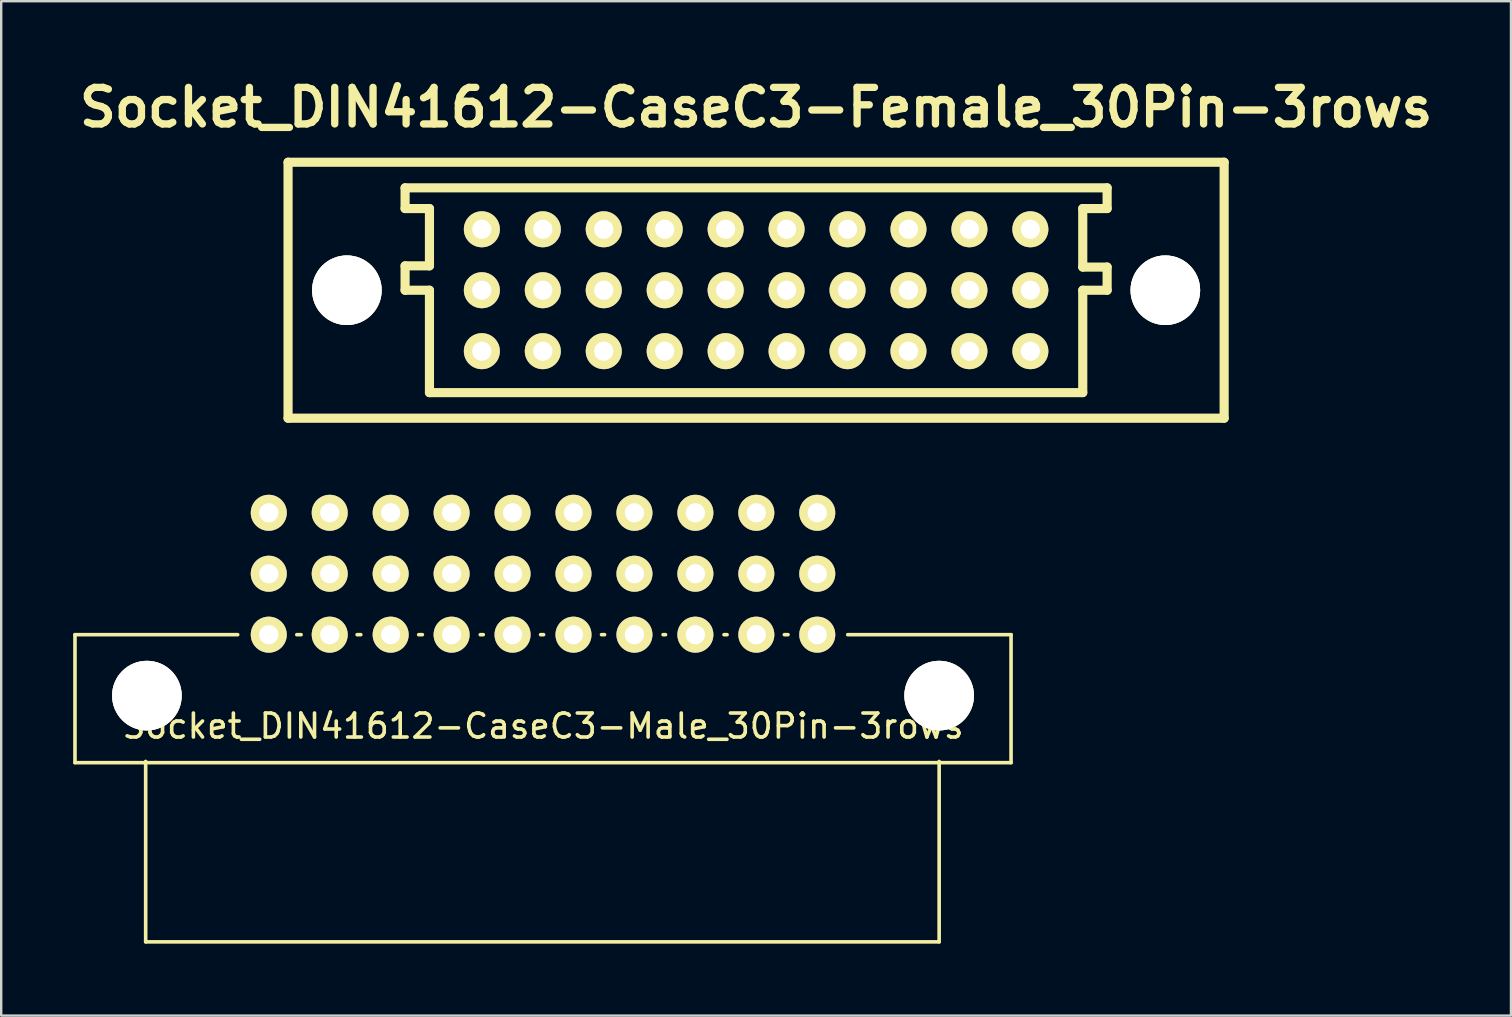
<source format=kicad_pcb>
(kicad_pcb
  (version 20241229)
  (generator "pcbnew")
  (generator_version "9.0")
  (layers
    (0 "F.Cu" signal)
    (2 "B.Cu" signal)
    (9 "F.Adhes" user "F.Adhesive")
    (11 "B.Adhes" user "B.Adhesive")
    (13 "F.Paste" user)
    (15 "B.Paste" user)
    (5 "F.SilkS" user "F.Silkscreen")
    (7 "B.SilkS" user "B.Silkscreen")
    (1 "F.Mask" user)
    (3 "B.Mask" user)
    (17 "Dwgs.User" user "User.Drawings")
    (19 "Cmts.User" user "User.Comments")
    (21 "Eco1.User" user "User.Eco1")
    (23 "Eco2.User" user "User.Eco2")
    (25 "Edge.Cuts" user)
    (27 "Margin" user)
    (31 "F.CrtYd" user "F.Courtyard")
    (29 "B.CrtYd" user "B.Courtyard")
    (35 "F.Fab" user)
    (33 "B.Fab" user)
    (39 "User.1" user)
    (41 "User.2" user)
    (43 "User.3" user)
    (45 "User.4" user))
  (footprint "Socket_DIN41612-CaseC3-Female_30Pin-3rows"
    (layer "F.Cu")
    (at 28.463 9.046)
    (property "Reference" "Socket_DIN41612-CaseC3-Female_30Pin-3rows" (at 0 -7.62 0) (layer "F.SilkS") (effects (font (size 1.524 1.524) (thickness 0.305))))
    (attr through_hole)
    (fp_line (start -19.507 -5.334) (end -19.507 5.334) (stroke (width 0.381) (type solid)) (layer "F.SilkS"))
    (fp_line (start -19.507 5.334) (end 19.507 5.334) (stroke (width 0.381) (type solid)) (layer "F.SilkS"))
    (fp_line (start -14.63 -3.404) (end -14.63 -4.267) (stroke (width 0.381) (type solid)) (layer "F.SilkS"))
    (fp_line (start -14.63 -1.016) (end -13.614 -1.016) (stroke (width 0.381) (type solid)) (layer "F.SilkS"))
    (fp_line (start -14.63 0) (end -14.63 -1.016) (stroke (width 0.381) (type solid)) (layer "F.SilkS"))
    (fp_line (start -13.614 -3.404) (end -14.63 -3.404) (stroke (width 0.381) (type solid)) (layer "F.SilkS"))
    (fp_line (start -13.614 -1.016) (end -13.614 -3.404) (stroke (width 0.381) (type solid)) (layer "F.SilkS"))
    (fp_line (start -13.614 0) (end -14.63 0) (stroke (width 0.381) (type solid)) (layer "F.SilkS"))
    (fp_line (start -13.614 4.267) (end -13.614 0) (stroke (width 0.381) (type solid)) (layer "F.SilkS"))
    (fp_line (start -13.614 4.267) (end 13.614 4.267) (stroke (width 0.381) (type solid)) (layer "F.SilkS"))
    (fp_line (start 13.614 -3.404) (end 14.63 -3.404) (stroke (width 0.381) (type solid)) (layer "F.SilkS"))
    (fp_line (start 13.614 -0.965) (end 13.614 -3.404) (stroke (width 0.381) (type solid)) (layer "F.SilkS"))
    (fp_line (start 13.614 0) (end 14.63 0) (stroke (width 0.381) (type solid)) (layer "F.SilkS"))
    (fp_line (start 13.614 4.267) (end 13.614 0) (stroke (width 0.381) (type solid)) (layer "F.SilkS"))
    (fp_line (start 14.63 -4.267) (end -14.63 -4.267) (stroke (width 0.381) (type solid)) (layer "F.SilkS"))
    (fp_line (start 14.63 -3.404) (end 14.63 -4.267) (stroke (width 0.381) (type solid)) (layer "F.SilkS"))
    (fp_line (start 14.63 -0.965) (end 13.614 -0.965) (stroke (width 0.381) (type solid)) (layer "F.SilkS"))
    (fp_line (start 14.63 0) (end 14.63 -0.965) (stroke (width 0.381) (type solid)) (layer "F.SilkS"))
    (fp_line (start 19.507 -5.334) (end -19.507 -5.334) (stroke (width 0.381) (type solid)) (layer "F.SilkS"))
    (fp_line (start 19.507 5.334) (end 19.507 -5.334) (stroke (width 0.381) (type solid)) (layer "F.SilkS"))
    (pad "1" thru_hole circle (at -17.056 0) (size 2.901 2.901) (drill 2.901) (layers "*.Cu" "*.Mask" "F.SilkS"))
    (pad "1" thru_hole circle (at 17.056 0) (size 2.901 2.901) (drill 2.901) (layers "*.Cu" "*.Mask" "F.SilkS"))
    (pad "1a" thru_hole circle (at 11.43 -2.54 180) (size 1.501 1.501) (drill 0.8) (layers "*.Cu" "*.Mask" "F.SilkS"))
    (pad "1b" thru_hole circle (at 11.43 0 180) (size 1.501 1.501) (drill 0.8) (layers "*.Cu" "*.Mask" "F.SilkS"))
    (pad "1c" thru_hole circle (at 11.43 2.54 180) (size 1.501 1.501) (drill 0.8) (layers "*.Cu" "*.Mask" "F.SilkS"))
    (pad "2a" thru_hole circle (at 8.89 -2.54 180) (size 1.501 1.501) (drill 0.8) (layers "*.Cu" "*.Mask" "F.SilkS"))
    (pad "2b" thru_hole circle (at 8.89 0 180) (size 1.501 1.501) (drill 0.8) (layers "*.Cu" "*.Mask" "F.SilkS"))
    (pad "2c" thru_hole circle (at 8.89 2.54 180) (size 1.501 1.501) (drill 0.8) (layers "*.Cu" "*.Mask" "F.SilkS"))
    (pad "3a" thru_hole circle (at 6.35 -2.54 180) (size 1.501 1.501) (drill 0.8) (layers "*.Cu" "*.Mask" "F.SilkS"))
    (pad "3b" thru_hole circle (at 6.35 0 180) (size 1.501 1.501) (drill 0.8) (layers "*.Cu" "*.Mask" "F.SilkS"))
    (pad "3c" thru_hole circle (at 6.35 2.54 180) (size 1.501 1.501) (drill 0.8) (layers "*.Cu" "*.Mask" "F.SilkS"))
    (pad "4a" thru_hole circle (at 3.81 -2.54 180) (size 1.501 1.501) (drill 0.8) (layers "*.Cu" "*.Mask" "F.SilkS"))
    (pad "4b" thru_hole circle (at 3.81 0 180) (size 1.501 1.501) (drill 0.8) (layers "*.Cu" "*.Mask" "F.SilkS"))
    (pad "4c" thru_hole circle (at 3.81 2.54 180) (size 1.501 1.501) (drill 0.8) (layers "*.Cu" "*.Mask" "F.SilkS"))
    (pad "5a" thru_hole circle (at 1.27 -2.54 180) (size 1.501 1.501) (drill 0.8) (layers "*.Cu" "*.Mask" "F.SilkS"))
    (pad "5b" thru_hole circle (at 1.27 0 180) (size 1.501 1.501) (drill 0.8) (layers "*.Cu" "*.Mask" "F.SilkS"))
    (pad "5c" thru_hole circle (at 1.27 2.54 180) (size 1.501 1.501) (drill 0.8) (layers "*.Cu" "*.Mask" "F.SilkS"))
    (pad "6a" thru_hole circle (at -1.27 -2.54 180) (size 1.501 1.501) (drill 0.8) (layers "*.Cu" "*.Mask" "F.SilkS"))
    (pad "6b" thru_hole circle (at -1.27 0 180) (size 1.501 1.501) (drill 0.8) (layers "*.Cu" "*.Mask" "F.SilkS"))
    (pad "6c" thru_hole circle (at -1.27 2.54 180) (size 1.501 1.501) (drill 0.8) (layers "*.Cu" "*.Mask" "F.SilkS"))
    (pad "7a" thru_hole circle (at -3.81 -2.54 180) (size 1.501 1.501) (drill 0.8) (layers "*.Cu" "*.Mask" "F.SilkS"))
    (pad "7b" thru_hole circle (at -3.81 0 180) (size 1.501 1.501) (drill 0.8) (layers "*.Cu" "*.Mask" "F.SilkS"))
    (pad "7c" thru_hole circle (at -3.81 2.54 180) (size 1.501 1.501) (drill 0.8) (layers "*.Cu" "*.Mask" "F.SilkS"))
    (pad "8a" thru_hole circle (at -6.35 -2.54 180) (size 1.501 1.501) (drill 0.8) (layers "*.Cu" "*.Mask" "F.SilkS"))
    (pad "8b" thru_hole circle (at -6.35 0 180) (size 1.501 1.501) (drill 0.8) (layers "*.Cu" "*.Mask" "F.SilkS"))
    (pad "8c" thru_hole circle (at -6.35 2.54 180) (size 1.501 1.501) (drill 0.8) (layers "*.Cu" "*.Mask" "F.SilkS"))
    (pad "9a" thru_hole circle (at -8.89 -2.54 180) (size 1.501 1.501) (drill 0.8) (layers "*.Cu" "*.Mask" "F.SilkS"))
    (pad "9b" thru_hole circle (at -8.89 0 180) (size 1.501 1.501) (drill 0.8) (layers "*.Cu" "*.Mask" "F.SilkS"))
    (pad "9c" thru_hole circle (at -8.89 2.54 180) (size 1.501 1.501) (drill 0.8) (layers "*.Cu" "*.Mask" "F.SilkS"))
    (pad "10a" thru_hole circle (at -11.43 -2.54 180) (size 1.501 1.501) (drill 0.8) (layers "*.Cu" "*.Mask" "F.SilkS"))
    (pad "10b" thru_hole circle (at -11.43 0 180) (size 1.501 1.501) (drill 0.8) (layers "*.Cu" "*.Mask" "F.SilkS"))
    (pad "10c" thru_hole circle (at -11.43 2.54 180) (size 1.501 1.501) (drill 0.8) (layers "*.Cu" "*.Mask" "F.SilkS")))
  (footprint "Socket_DIN41612-CaseC3-Male_30Pin-3rows"
    (layer "F.Cu")
    (at 19.582 20.862)
    (property "Reference" "Socket_DIN41612-CaseC3-Male_30Pin-3rows" (at 0 6.35 0) (layer "F.SilkS") (effects (font (size 1 1) (thickness 0.15))))
    (attr through_hole)
    (fp_line (start -19.507 2.54) (end -12.725 2.54) (stroke (width 0.15) (type solid)) (layer "F.SilkS"))
    (fp_line (start -19.507 7.874) (end -19.507 2.54) (stroke (width 0.15) (type solid)) (layer "F.SilkS"))
    (fp_line (start -16.561 15.342) (end -16.561 7.823) (stroke (width 0.15) (type solid)) (layer "F.SilkS"))
    (fp_line (start -10.262 2.54) (end -10.084 2.54) (stroke (width 0.15) (type solid)) (layer "F.SilkS"))
    (fp_line (start -7.747 2.54) (end -7.595 2.54) (stroke (width 0.15) (type solid)) (layer "F.SilkS"))
    (fp_line (start -5.182 2.54) (end -5.029 2.54) (stroke (width 0.15) (type solid)) (layer "F.SilkS"))
    (fp_line (start -2.616 2.54) (end -2.489 2.54) (stroke (width 0.15) (type solid)) (layer "F.SilkS"))
    (fp_line (start -0.102 2.54) (end 0.025 2.54) (stroke (width 0.15) (type solid)) (layer "F.SilkS"))
    (fp_line (start 2.438 2.54) (end 2.565 2.54) (stroke (width 0.15) (type solid)) (layer "F.SilkS"))
    (fp_line (start 5.004 2.54) (end 5.105 2.54) (stroke (width 0.15) (type solid)) (layer "F.SilkS"))
    (fp_line (start 7.544 2.54) (end 7.671 2.54) (stroke (width 0.15) (type solid)) (layer "F.SilkS"))
    (fp_line (start 10.058 2.54) (end 10.211 2.54) (stroke (width 0.15) (type solid)) (layer "F.SilkS"))
    (fp_line (start 12.7 2.54) (end 19.507 2.54) (stroke (width 0.15) (type solid)) (layer "F.SilkS"))
    (fp_line (start 16.51 7.823) (end 16.51 15.342) (stroke (width 0.15) (type solid)) (layer "F.SilkS"))
    (fp_line (start 16.51 15.342) (end -16.561 15.342) (stroke (width 0.15) (type solid)) (layer "F.SilkS"))
    (fp_line (start 19.507 2.54) (end 19.507 7.874) (stroke (width 0.15) (type solid)) (layer "F.SilkS"))
    (fp_line (start 19.507 7.874) (end -19.507 7.874) (stroke (width 0.15) (type solid)) (layer "F.SilkS"))
    (pad "1" thru_hole circle (at -16.51 5.08) (size 2.901 2.901) (drill 2.901) (layers "*.Cu" "*.Mask" "F.SilkS"))
    (pad "1" thru_hole circle (at 16.51 5.08) (size 2.901 2.901) (drill 2.901) (layers "*.Cu" "*.Mask" "F.SilkS"))
    (pad "1a" thru_hole circle (at 11.43 -2.54 180) (size 1.501 1.501) (drill 0.8) (layers "*.Cu" "*.Mask" "F.SilkS"))
    (pad "1b" thru_hole circle (at 11.43 0 180) (size 1.501 1.501) (drill 0.8) (layers "*.Cu" "*.Mask" "F.SilkS"))
    (pad "1c" thru_hole circle (at 11.43 2.54 180) (size 1.501 1.501) (drill 0.8) (layers "*.Cu" "*.Mask" "F.SilkS"))
    (pad "2a" thru_hole circle (at 8.89 -2.54 180) (size 1.501 1.501) (drill 0.8) (layers "*.Cu" "*.Mask" "F.SilkS"))
    (pad "2b" thru_hole circle (at 8.89 0 180) (size 1.501 1.501) (drill 0.8) (layers "*.Cu" "*.Mask" "F.SilkS"))
    (pad "2c" thru_hole circle (at 8.89 2.54 180) (size 1.501 1.501) (drill 0.8) (layers "*.Cu" "*.Mask" "F.SilkS"))
    (pad "3a" thru_hole circle (at 6.35 -2.54 180) (size 1.501 1.501) (drill 0.8) (layers "*.Cu" "*.Mask" "F.SilkS"))
    (pad "3b" thru_hole circle (at 6.35 0 180) (size 1.501 1.501) (drill 0.8) (layers "*.Cu" "*.Mask" "F.SilkS"))
    (pad "3c" thru_hole circle (at 6.35 2.54 180) (size 1.501 1.501) (drill 0.8) (layers "*.Cu" "*.Mask" "F.SilkS"))
    (pad "4a" thru_hole circle (at 3.81 -2.54 180) (size 1.501 1.501) (drill 0.8) (layers "*.Cu" "*.Mask" "F.SilkS"))
    (pad "4b" thru_hole circle (at 3.81 0 180) (size 1.501 1.501) (drill 0.8) (layers "*.Cu" "*.Mask" "F.SilkS"))
    (pad "4c" thru_hole circle (at 3.81 2.54 180) (size 1.501 1.501) (drill 0.8) (layers "*.Cu" "*.Mask" "F.SilkS"))
    (pad "5a" thru_hole circle (at 1.27 -2.54 180) (size 1.501 1.501) (drill 0.8) (layers "*.Cu" "*.Mask" "F.SilkS"))
    (pad "5b" thru_hole circle (at 1.27 0 180) (size 1.501 1.501) (drill 0.8) (layers "*.Cu" "*.Mask" "F.SilkS"))
    (pad "5c" thru_hole circle (at 1.27 2.54 180) (size 1.501 1.501) (drill 0.8) (layers "*.Cu" "*.Mask" "F.SilkS"))
    (pad "6a" thru_hole circle (at -1.27 -2.54 180) (size 1.501 1.501) (drill 0.8) (layers "*.Cu" "*.Mask" "F.SilkS"))
    (pad "6b" thru_hole circle (at -1.27 0 180) (size 1.501 1.501) (drill 0.8) (layers "*.Cu" "*.Mask" "F.SilkS"))
    (pad "6c" thru_hole circle (at -1.27 2.54 180) (size 1.501 1.501) (drill 0.8) (layers "*.Cu" "*.Mask" "F.SilkS"))
    (pad "7a" thru_hole circle (at -3.81 -2.54 180) (size 1.501 1.501) (drill 0.8) (layers "*.Cu" "*.Mask" "F.SilkS"))
    (pad "7b" thru_hole circle (at -3.81 0 180) (size 1.501 1.501) (drill 0.8) (layers "*.Cu" "*.Mask" "F.SilkS"))
    (pad "7c" thru_hole circle (at -3.81 2.54 180) (size 1.501 1.501) (drill 0.8) (layers "*.Cu" "*.Mask" "F.SilkS"))
    (pad "8a" thru_hole circle (at -6.35 -2.54 180) (size 1.501 1.501) (drill 0.8) (layers "*.Cu" "*.Mask" "F.SilkS"))
    (pad "8b" thru_hole circle (at -6.35 0 180) (size 1.501 1.501) (drill 0.8) (layers "*.Cu" "*.Mask" "F.SilkS"))
    (pad "8c" thru_hole circle (at -6.35 2.54 180) (size 1.501 1.501) (drill 0.8) (layers "*.Cu" "*.Mask" "F.SilkS"))
    (pad "9a" thru_hole circle (at -8.89 -2.54 180) (size 1.501 1.501) (drill 0.8) (layers "*.Cu" "*.Mask" "F.SilkS"))
    (pad "9b" thru_hole circle (at -8.89 0 180) (size 1.501 1.501) (drill 0.8) (layers "*.Cu" "*.Mask" "F.SilkS"))
    (pad "9c" thru_hole circle (at -8.89 2.54 180) (size 1.501 1.501) (drill 0.8) (layers "*.Cu" "*.Mask" "F.SilkS"))
    (pad "10a" thru_hole circle (at -11.43 -2.54 180) (size 1.501 1.501) (drill 0.8) (layers "*.Cu" "*.Mask" "F.SilkS"))
    (pad "10b" thru_hole circle (at -11.43 0 180) (size 1.501 1.501) (drill 0.8) (layers "*.Cu" "*.Mask" "F.SilkS"))
    (pad "10c" thru_hole circle (at -11.43 2.54 180) (size 1.501 1.501) (drill 0.8) (layers "*.Cu" "*.Mask" "F.SilkS")))
  (gr_rect
    (start -3 -3)
    (end 59.925 39.278)
    (stroke (width 0.1) (type default))
    (fill no)
    (layer "Edge.Cuts")))
</source>
